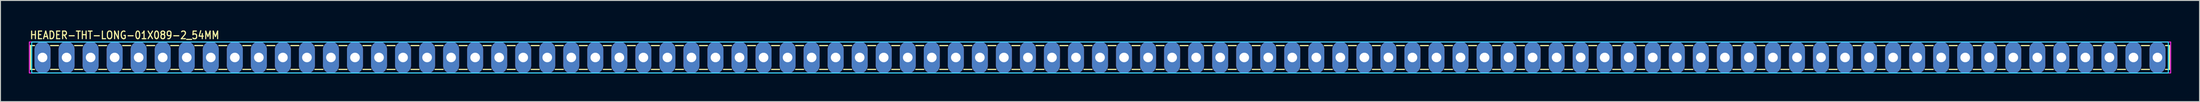
<source format=kicad_pcb>
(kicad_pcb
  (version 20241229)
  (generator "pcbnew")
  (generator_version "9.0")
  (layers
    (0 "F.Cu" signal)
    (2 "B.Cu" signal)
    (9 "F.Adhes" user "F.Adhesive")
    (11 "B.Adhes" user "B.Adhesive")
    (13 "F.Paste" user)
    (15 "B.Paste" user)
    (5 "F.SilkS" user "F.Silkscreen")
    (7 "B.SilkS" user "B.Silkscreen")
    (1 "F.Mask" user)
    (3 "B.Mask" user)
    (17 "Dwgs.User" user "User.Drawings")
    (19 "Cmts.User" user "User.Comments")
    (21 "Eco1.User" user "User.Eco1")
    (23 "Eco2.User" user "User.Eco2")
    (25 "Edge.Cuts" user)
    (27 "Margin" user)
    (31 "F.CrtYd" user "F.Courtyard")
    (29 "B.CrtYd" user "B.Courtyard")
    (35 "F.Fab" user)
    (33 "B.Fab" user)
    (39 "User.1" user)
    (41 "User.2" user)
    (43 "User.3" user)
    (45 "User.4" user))
  (footprint "HEADER-THT-LONG-01X089-2_54MM"
    (layer "F.Cu")
    (at 1.447 3.079)
    (property "Reference" "HEADER-THT-LONG-01X089-2_54MM" (at -1.4 -1.9 0) (unlocked yes) (layer "F.SilkS") (effects (font (size 0.813 0.695) (thickness 0.122)) (justify left bottom)))
    (fp_line (start -1.27 -1.27) (end -1.27 1.27) (stroke (width 0.127) (type solid)) (layer "F.SilkS"))
    (fp_line (start -1.27 1.27) (end -0.85 1.27) (stroke (width 0.127) (type solid)) (layer "F.SilkS"))
    (fp_line (start -0.85 -1.27) (end -1.27 -1.27) (stroke (width 0.127) (type solid)) (layer "F.SilkS"))
    (fp_line (start 0.85 -1.27) (end 1.69 -1.27) (stroke (width 0.127) (type solid)) (layer "F.SilkS"))
    (fp_line (start 0.85 1.27) (end 1.69 1.27) (stroke (width 0.127) (type solid)) (layer "F.SilkS"))
    (fp_line (start 3.39 -1.27) (end 4.23 -1.27) (stroke (width 0.127) (type solid)) (layer "F.SilkS"))
    (fp_line (start 3.39 1.27) (end 4.23 1.27) (stroke (width 0.127) (type solid)) (layer "F.SilkS"))
    (fp_line (start 5.93 -1.27) (end 6.77 -1.27) (stroke (width 0.127) (type solid)) (layer "F.SilkS"))
    (fp_line (start 5.93 1.27) (end 6.77 1.27) (stroke (width 0.127) (type solid)) (layer "F.SilkS"))
    (fp_line (start 8.47 -1.27) (end 9.31 -1.27) (stroke (width 0.127) (type solid)) (layer "F.SilkS"))
    (fp_line (start 8.47 1.27) (end 9.31 1.27) (stroke (width 0.127) (type solid)) (layer "F.SilkS"))
    (fp_line (start 11.01 -1.27) (end 11.85 -1.27) (stroke (width 0.127) (type solid)) (layer "F.SilkS"))
    (fp_line (start 11.01 1.27) (end 11.85 1.27) (stroke (width 0.127) (type solid)) (layer "F.SilkS"))
    (fp_line (start 13.55 -1.27) (end 14.39 -1.27) (stroke (width 0.127) (type solid)) (layer "F.SilkS"))
    (fp_line (start 13.55 1.27) (end 14.39 1.27) (stroke (width 0.127) (type solid)) (layer "F.SilkS"))
    (fp_line (start 16.09 -1.27) (end 16.93 -1.27) (stroke (width 0.127) (type solid)) (layer "F.SilkS"))
    (fp_line (start 16.09 1.27) (end 16.93 1.27) (stroke (width 0.127) (type solid)) (layer "F.SilkS"))
    (fp_line (start 18.63 -1.27) (end 19.47 -1.27) (stroke (width 0.127) (type solid)) (layer "F.SilkS"))
    (fp_line (start 18.63 1.27) (end 19.47 1.27) (stroke (width 0.127) (type solid)) (layer "F.SilkS"))
    (fp_line (start 21.17 -1.27) (end 22.01 -1.27) (stroke (width 0.127) (type solid)) (layer "F.SilkS"))
    (fp_line (start 21.17 1.27) (end 22.01 1.27) (stroke (width 0.127) (type solid)) (layer "F.SilkS"))
    (fp_line (start 23.71 -1.27) (end 24.55 -1.27) (stroke (width 0.127) (type solid)) (layer "F.SilkS"))
    (fp_line (start 23.71 1.27) (end 24.55 1.27) (stroke (width 0.127) (type solid)) (layer "F.SilkS"))
    (fp_line (start 26.25 -1.27) (end 27.09 -1.27) (stroke (width 0.127) (type solid)) (layer "F.SilkS"))
    (fp_line (start 26.25 1.27) (end 27.09 1.27) (stroke (width 0.127) (type solid)) (layer "F.SilkS"))
    (fp_line (start 28.79 -1.27) (end 29.63 -1.27) (stroke (width 0.127) (type solid)) (layer "F.SilkS"))
    (fp_line (start 28.79 1.27) (end 29.63 1.27) (stroke (width 0.127) (type solid)) (layer "F.SilkS"))
    (fp_line (start 31.33 -1.27) (end 32.17 -1.27) (stroke (width 0.127) (type solid)) (layer "F.SilkS"))
    (fp_line (start 31.33 1.27) (end 32.17 1.27) (stroke (width 0.127) (type solid)) (layer "F.SilkS"))
    (fp_line (start 33.87 -1.27) (end 34.71 -1.27) (stroke (width 0.127) (type solid)) (layer "F.SilkS"))
    (fp_line (start 33.87 1.27) (end 34.71 1.27) (stroke (width 0.127) (type solid)) (layer "F.SilkS"))
    (fp_line (start 36.41 -1.27) (end 37.25 -1.27) (stroke (width 0.127) (type solid)) (layer "F.SilkS"))
    (fp_line (start 36.41 1.27) (end 37.25 1.27) (stroke (width 0.127) (type solid)) (layer "F.SilkS"))
    (fp_line (start 38.95 -1.27) (end 39.79 -1.27) (stroke (width 0.127) (type solid)) (layer "F.SilkS"))
    (fp_line (start 38.95 1.27) (end 39.79 1.27) (stroke (width 0.127) (type solid)) (layer "F.SilkS"))
    (fp_line (start 41.49 -1.27) (end 42.33 -1.27) (stroke (width 0.127) (type solid)) (layer "F.SilkS"))
    (fp_line (start 41.49 1.27) (end 42.33 1.27) (stroke (width 0.127) (type solid)) (layer "F.SilkS"))
    (fp_line (start 44.03 -1.27) (end 44.87 -1.27) (stroke (width 0.127) (type solid)) (layer "F.SilkS"))
    (fp_line (start 44.03 1.27) (end 44.87 1.27) (stroke (width 0.127) (type solid)) (layer "F.SilkS"))
    (fp_line (start 46.57 -1.27) (end 47.41 -1.27) (stroke (width 0.127) (type solid)) (layer "F.SilkS"))
    (fp_line (start 46.57 1.27) (end 47.41 1.27) (stroke (width 0.127) (type solid)) (layer "F.SilkS"))
    (fp_line (start 49.11 -1.27) (end 49.95 -1.27) (stroke (width 0.127) (type solid)) (layer "F.SilkS"))
    (fp_line (start 49.11 1.27) (end 49.95 1.27) (stroke (width 0.127) (type solid)) (layer "F.SilkS"))
    (fp_line (start 51.65 -1.27) (end 52.49 -1.27) (stroke (width 0.127) (type solid)) (layer "F.SilkS"))
    (fp_line (start 51.65 1.27) (end 52.49 1.27) (stroke (width 0.127) (type solid)) (layer "F.SilkS"))
    (fp_line (start 54.19 -1.27) (end 55.03 -1.27) (stroke (width 0.127) (type solid)) (layer "F.SilkS"))
    (fp_line (start 54.19 1.27) (end 55.03 1.27) (stroke (width 0.127) (type solid)) (layer "F.SilkS"))
    (fp_line (start 56.73 -1.27) (end 57.57 -1.27) (stroke (width 0.127) (type solid)) (layer "F.SilkS"))
    (fp_line (start 56.73 1.27) (end 57.57 1.27) (stroke (width 0.127) (type solid)) (layer "F.SilkS"))
    (fp_line (start 59.27 -1.27) (end 60.11 -1.27) (stroke (width 0.127) (type solid)) (layer "F.SilkS"))
    (fp_line (start 59.27 1.27) (end 60.11 1.27) (stroke (width 0.127) (type solid)) (layer "F.SilkS"))
    (fp_line (start 61.81 -1.27) (end 62.65 -1.27) (stroke (width 0.127) (type solid)) (layer "F.SilkS"))
    (fp_line (start 61.81 1.27) (end 62.65 1.27) (stroke (width 0.127) (type solid)) (layer "F.SilkS"))
    (fp_line (start 64.35 -1.27) (end 65.19 -1.27) (stroke (width 0.127) (type solid)) (layer "F.SilkS"))
    (fp_line (start 64.35 1.27) (end 65.19 1.27) (stroke (width 0.127) (type solid)) (layer "F.SilkS"))
    (fp_line (start 66.89 -1.27) (end 67.73 -1.27) (stroke (width 0.127) (type solid)) (layer "F.SilkS"))
    (fp_line (start 66.89 1.27) (end 67.73 1.27) (stroke (width 0.127) (type solid)) (layer "F.SilkS"))
    (fp_line (start 69.43 -1.27) (end 70.27 -1.27) (stroke (width 0.127) (type solid)) (layer "F.SilkS"))
    (fp_line (start 69.43 1.27) (end 70.27 1.27) (stroke (width 0.127) (type solid)) (layer "F.SilkS"))
    (fp_line (start 71.97 -1.27) (end 72.81 -1.27) (stroke (width 0.127) (type solid)) (layer "F.SilkS"))
    (fp_line (start 71.97 1.27) (end 72.81 1.27) (stroke (width 0.127) (type solid)) (layer "F.SilkS"))
    (fp_line (start 74.51 -1.27) (end 75.35 -1.27) (stroke (width 0.127) (type solid)) (layer "F.SilkS"))
    (fp_line (start 74.51 1.27) (end 75.35 1.27) (stroke (width 0.127) (type solid)) (layer "F.SilkS"))
    (fp_line (start 77.05 -1.27) (end 77.89 -1.27) (stroke (width 0.127) (type solid)) (layer "F.SilkS"))
    (fp_line (start 77.05 1.27) (end 77.89 1.27) (stroke (width 0.127) (type solid)) (layer "F.SilkS"))
    (fp_line (start 79.59 -1.27) (end 80.43 -1.27) (stroke (width 0.127) (type solid)) (layer "F.SilkS"))
    (fp_line (start 79.59 1.27) (end 80.43 1.27) (stroke (width 0.127) (type solid)) (layer "F.SilkS"))
    (fp_line (start 82.13 -1.27) (end 82.97 -1.27) (stroke (width 0.127) (type solid)) (layer "F.SilkS"))
    (fp_line (start 82.13 1.27) (end 82.97 1.27) (stroke (width 0.127) (type solid)) (layer "F.SilkS"))
    (fp_line (start 84.67 -1.27) (end 85.51 -1.27) (stroke (width 0.127) (type solid)) (layer "F.SilkS"))
    (fp_line (start 84.67 1.27) (end 85.51 1.27) (stroke (width 0.127) (type solid)) (layer "F.SilkS"))
    (fp_line (start 87.21 -1.27) (end 88.05 -1.27) (stroke (width 0.127) (type solid)) (layer "F.SilkS"))
    (fp_line (start 87.21 1.27) (end 88.05 1.27) (stroke (width 0.127) (type solid)) (layer "F.SilkS"))
    (fp_line (start 89.75 -1.27) (end 90.59 -1.27) (stroke (width 0.127) (type solid)) (layer "F.SilkS"))
    (fp_line (start 89.75 1.27) (end 90.59 1.27) (stroke (width 0.127) (type solid)) (layer "F.SilkS"))
    (fp_line (start 92.29 -1.27) (end 93.13 -1.27) (stroke (width 0.127) (type solid)) (layer "F.SilkS"))
    (fp_line (start 92.29 1.27) (end 93.13 1.27) (stroke (width 0.127) (type solid)) (layer "F.SilkS"))
    (fp_line (start 94.83 -1.27) (end 95.67 -1.27) (stroke (width 0.127) (type solid)) (layer "F.SilkS"))
    (fp_line (start 94.83 1.27) (end 95.67 1.27) (stroke (width 0.127) (type solid)) (layer "F.SilkS"))
    (fp_line (start 97.37 -1.27) (end 98.21 -1.27) (stroke (width 0.127) (type solid)) (layer "F.SilkS"))
    (fp_line (start 97.37 1.27) (end 98.21 1.27) (stroke (width 0.127) (type solid)) (layer "F.SilkS"))
    (fp_line (start 99.91 -1.27) (end 100.75 -1.27) (stroke (width 0.127) (type solid)) (layer "F.SilkS"))
    (fp_line (start 99.91 1.27) (end 100.75 1.27) (stroke (width 0.127) (type solid)) (layer "F.SilkS"))
    (fp_line (start 102.45 -1.27) (end 103.29 -1.27) (stroke (width 0.127) (type solid)) (layer "F.SilkS"))
    (fp_line (start 102.45 1.27) (end 103.29 1.27) (stroke (width 0.127) (type solid)) (layer "F.SilkS"))
    (fp_line (start 104.99 -1.27) (end 105.83 -1.27) (stroke (width 0.127) (type solid)) (layer "F.SilkS"))
    (fp_line (start 104.99 1.27) (end 105.83 1.27) (stroke (width 0.127) (type solid)) (layer "F.SilkS"))
    (fp_line (start 107.53 -1.27) (end 108.37 -1.27) (stroke (width 0.127) (type solid)) (layer "F.SilkS"))
    (fp_line (start 107.53 1.27) (end 108.37 1.27) (stroke (width 0.127) (type solid)) (layer "F.SilkS"))
    (fp_line (start 110.07 -1.27) (end 110.91 -1.27) (stroke (width 0.127) (type solid)) (layer "F.SilkS"))
    (fp_line (start 110.07 1.27) (end 110.91 1.27) (stroke (width 0.127) (type solid)) (layer "F.SilkS"))
    (fp_line (start 112.61 -1.27) (end 113.45 -1.27) (stroke (width 0.127) (type solid)) (layer "F.SilkS"))
    (fp_line (start 112.61 1.27) (end 113.45 1.27) (stroke (width 0.127) (type solid)) (layer "F.SilkS"))
    (fp_line (start 115.15 -1.27) (end 115.99 -1.27) (stroke (width 0.127) (type solid)) (layer "F.SilkS"))
    (fp_line (start 115.15 1.27) (end 115.99 1.27) (stroke (width 0.127) (type solid)) (layer "F.SilkS"))
    (fp_line (start 117.69 -1.27) (end 118.53 -1.27) (stroke (width 0.127) (type solid)) (layer "F.SilkS"))
    (fp_line (start 117.69 1.27) (end 118.53 1.27) (stroke (width 0.127) (type solid)) (layer "F.SilkS"))
    (fp_line (start 120.23 -1.27) (end 121.07 -1.27) (stroke (width 0.127) (type solid)) (layer "F.SilkS"))
    (fp_line (start 120.23 1.27) (end 121.07 1.27) (stroke (width 0.127) (type solid)) (layer "F.SilkS"))
    (fp_line (start 122.77 -1.27) (end 123.61 -1.27) (stroke (width 0.127) (type solid)) (layer "F.SilkS"))
    (fp_line (start 122.77 1.27) (end 123.61 1.27) (stroke (width 0.127) (type solid)) (layer "F.SilkS"))
    (fp_line (start 125.31 -1.27) (end 126.15 -1.27) (stroke (width 0.127) (type solid)) (layer "F.SilkS"))
    (fp_line (start 125.31 1.27) (end 126.15 1.27) (stroke (width 0.127) (type solid)) (layer "F.SilkS"))
    (fp_line (start 127.85 -1.27) (end 128.69 -1.27) (stroke (width 0.127) (type solid)) (layer "F.SilkS"))
    (fp_line (start 127.85 1.27) (end 128.69 1.27) (stroke (width 0.127) (type solid)) (layer "F.SilkS"))
    (fp_line (start 130.39 -1.27) (end 131.23 -1.27) (stroke (width 0.127) (type solid)) (layer "F.SilkS"))
    (fp_line (start 130.39 1.27) (end 131.23 1.27) (stroke (width 0.127) (type solid)) (layer "F.SilkS"))
    (fp_line (start 132.93 -1.27) (end 133.77 -1.27) (stroke (width 0.127) (type solid)) (layer "F.SilkS"))
    (fp_line (start 132.93 1.27) (end 133.77 1.27) (stroke (width 0.127) (type solid)) (layer "F.SilkS"))
    (fp_line (start 135.47 -1.27) (end 136.31 -1.27) (stroke (width 0.127) (type solid)) (layer "F.SilkS"))
    (fp_line (start 135.47 1.27) (end 136.31 1.27) (stroke (width 0.127) (type solid)) (layer "F.SilkS"))
    (fp_line (start 138.01 -1.27) (end 138.85 -1.27) (stroke (width 0.127) (type solid)) (layer "F.SilkS"))
    (fp_line (start 138.01 1.27) (end 138.85 1.27) (stroke (width 0.127) (type solid)) (layer "F.SilkS"))
    (fp_line (start 140.55 -1.27) (end 141.39 -1.27) (stroke (width 0.127) (type solid)) (layer "F.SilkS"))
    (fp_line (start 140.55 1.27) (end 141.39 1.27) (stroke (width 0.127) (type solid)) (layer "F.SilkS"))
    (fp_line (start 143.09 -1.27) (end 143.93 -1.27) (stroke (width 0.127) (type solid)) (layer "F.SilkS"))
    (fp_line (start 143.09 1.27) (end 143.93 1.27) (stroke (width 0.127) (type solid)) (layer "F.SilkS"))
    (fp_line (start 145.63 -1.27) (end 146.47 -1.27) (stroke (width 0.127) (type solid)) (layer "F.SilkS"))
    (fp_line (start 145.63 1.27) (end 146.47 1.27) (stroke (width 0.127) (type solid)) (layer "F.SilkS"))
    (fp_line (start 148.17 -1.27) (end 149.01 -1.27) (stroke (width 0.127) (type solid)) (layer "F.SilkS"))
    (fp_line (start 148.17 1.27) (end 149.01 1.27) (stroke (width 0.127) (type solid)) (layer "F.SilkS"))
    (fp_line (start 150.71 -1.27) (end 151.55 -1.27) (stroke (width 0.127) (type solid)) (layer "F.SilkS"))
    (fp_line (start 150.71 1.27) (end 151.55 1.27) (stroke (width 0.127) (type solid)) (layer "F.SilkS"))
    (fp_line (start 153.25 -1.27) (end 154.09 -1.27) (stroke (width 0.127) (type solid)) (layer "F.SilkS"))
    (fp_line (start 153.25 1.27) (end 154.09 1.27) (stroke (width 0.127) (type solid)) (layer "F.SilkS"))
    (fp_line (start 155.79 -1.27) (end 156.63 -1.27) (stroke (width 0.127) (type solid)) (layer "F.SilkS"))
    (fp_line (start 155.79 1.27) (end 156.63 1.27) (stroke (width 0.127) (type solid)) (layer "F.SilkS"))
    (fp_line (start 158.33 -1.27) (end 159.17 -1.27) (stroke (width 0.127) (type solid)) (layer "F.SilkS"))
    (fp_line (start 158.33 1.27) (end 159.17 1.27) (stroke (width 0.127) (type solid)) (layer "F.SilkS"))
    (fp_line (start 160.87 -1.27) (end 161.71 -1.27) (stroke (width 0.127) (type solid)) (layer "F.SilkS"))
    (fp_line (start 160.87 1.27) (end 161.71 1.27) (stroke (width 0.127) (type solid)) (layer "F.SilkS"))
    (fp_line (start 163.41 -1.27) (end 164.25 -1.27) (stroke (width 0.127) (type solid)) (layer "F.SilkS"))
    (fp_line (start 163.41 1.27) (end 164.25 1.27) (stroke (width 0.127) (type solid)) (layer "F.SilkS"))
    (fp_line (start 165.95 -1.27) (end 166.79 -1.27) (stroke (width 0.127) (type solid)) (layer "F.SilkS"))
    (fp_line (start 165.95 1.27) (end 166.79 1.27) (stroke (width 0.127) (type solid)) (layer "F.SilkS"))
    (fp_line (start 168.49 -1.27) (end 169.33 -1.27) (stroke (width 0.127) (type solid)) (layer "F.SilkS"))
    (fp_line (start 168.49 1.27) (end 169.33 1.27) (stroke (width 0.127) (type solid)) (layer "F.SilkS"))
    (fp_line (start 171.03 -1.27) (end 171.87 -1.27) (stroke (width 0.127) (type solid)) (layer "F.SilkS"))
    (fp_line (start 171.03 1.27) (end 171.87 1.27) (stroke (width 0.127) (type solid)) (layer "F.SilkS"))
    (fp_line (start 173.57 -1.27) (end 174.41 -1.27) (stroke (width 0.127) (type solid)) (layer "F.SilkS"))
    (fp_line (start 173.57 1.27) (end 174.41 1.27) (stroke (width 0.127) (type solid)) (layer "F.SilkS"))
    (fp_line (start 176.11 -1.27) (end 176.95 -1.27) (stroke (width 0.127) (type solid)) (layer "F.SilkS"))
    (fp_line (start 176.11 1.27) (end 176.95 1.27) (stroke (width 0.127) (type solid)) (layer "F.SilkS"))
    (fp_line (start 178.65 -1.27) (end 179.49 -1.27) (stroke (width 0.127) (type solid)) (layer "F.SilkS"))
    (fp_line (start 178.65 1.27) (end 179.49 1.27) (stroke (width 0.127) (type solid)) (layer "F.SilkS"))
    (fp_line (start 181.19 -1.27) (end 182.03 -1.27) (stroke (width 0.127) (type solid)) (layer "F.SilkS"))
    (fp_line (start 181.19 1.27) (end 182.03 1.27) (stroke (width 0.127) (type solid)) (layer "F.SilkS"))
    (fp_line (start 183.73 -1.27) (end 184.57 -1.27) (stroke (width 0.127) (type solid)) (layer "F.SilkS"))
    (fp_line (start 183.73 1.27) (end 184.57 1.27) (stroke (width 0.127) (type solid)) (layer "F.SilkS"))
    (fp_line (start 186.27 -1.27) (end 187.11 -1.27) (stroke (width 0.127) (type solid)) (layer "F.SilkS"))
    (fp_line (start 186.27 1.27) (end 187.11 1.27) (stroke (width 0.127) (type solid)) (layer "F.SilkS"))
    (fp_line (start 188.81 -1.27) (end 189.65 -1.27) (stroke (width 0.127) (type solid)) (layer "F.SilkS"))
    (fp_line (start 188.81 1.27) (end 189.65 1.27) (stroke (width 0.127) (type solid)) (layer "F.SilkS"))
    (fp_line (start 191.35 -1.27) (end 192.19 -1.27) (stroke (width 0.127) (type solid)) (layer "F.SilkS"))
    (fp_line (start 191.35 1.27) (end 192.19 1.27) (stroke (width 0.127) (type solid)) (layer "F.SilkS"))
    (fp_line (start 193.89 -1.27) (end 194.73 -1.27) (stroke (width 0.127) (type solid)) (layer "F.SilkS"))
    (fp_line (start 193.89 1.27) (end 194.73 1.27) (stroke (width 0.127) (type solid)) (layer "F.SilkS"))
    (fp_line (start 196.43 -1.27) (end 197.27 -1.27) (stroke (width 0.127) (type solid)) (layer "F.SilkS"))
    (fp_line (start 196.43 1.27) (end 197.27 1.27) (stroke (width 0.127) (type solid)) (layer "F.SilkS"))
    (fp_line (start 198.97 -1.27) (end 199.81 -1.27) (stroke (width 0.127) (type solid)) (layer "F.SilkS"))
    (fp_line (start 198.97 1.27) (end 199.81 1.27) (stroke (width 0.127) (type solid)) (layer "F.SilkS"))
    (fp_line (start 201.51 -1.27) (end 202.35 -1.27) (stroke (width 0.127) (type solid)) (layer "F.SilkS"))
    (fp_line (start 201.51 1.27) (end 202.35 1.27) (stroke (width 0.127) (type solid)) (layer "F.SilkS"))
    (fp_line (start 204.05 -1.27) (end 204.89 -1.27) (stroke (width 0.127) (type solid)) (layer "F.SilkS"))
    (fp_line (start 204.05 1.27) (end 204.89 1.27) (stroke (width 0.127) (type solid)) (layer "F.SilkS"))
    (fp_line (start 206.59 -1.27) (end 207.43 -1.27) (stroke (width 0.127) (type solid)) (layer "F.SilkS"))
    (fp_line (start 206.59 1.27) (end 207.43 1.27) (stroke (width 0.127) (type solid)) (layer "F.SilkS"))
    (fp_line (start 209.13 -1.27) (end 209.97 -1.27) (stroke (width 0.127) (type solid)) (layer "F.SilkS"))
    (fp_line (start 209.13 1.27) (end 209.97 1.27) (stroke (width 0.127) (type solid)) (layer "F.SilkS"))
    (fp_line (start 211.67 -1.27) (end 212.51 -1.27) (stroke (width 0.127) (type solid)) (layer "F.SilkS"))
    (fp_line (start 211.67 1.27) (end 212.51 1.27) (stroke (width 0.127) (type solid)) (layer "F.SilkS"))
    (fp_line (start 214.21 -1.27) (end 215.05 -1.27) (stroke (width 0.127) (type solid)) (layer "F.SilkS"))
    (fp_line (start 214.21 1.27) (end 215.05 1.27) (stroke (width 0.127) (type solid)) (layer "F.SilkS"))
    (fp_line (start 216.75 -1.27) (end 217.59 -1.27) (stroke (width 0.127) (type solid)) (layer "F.SilkS"))
    (fp_line (start 216.75 1.27) (end 217.59 1.27) (stroke (width 0.127) (type solid)) (layer "F.SilkS"))
    (fp_line (start 219.29 -1.27) (end 220.13 -1.27) (stroke (width 0.127) (type solid)) (layer "F.SilkS"))
    (fp_line (start 219.29 1.27) (end 220.13 1.27) (stroke (width 0.127) (type solid)) (layer "F.SilkS"))
    (fp_line (start 221.83 -1.27) (end 222.67 -1.27) (stroke (width 0.127) (type solid)) (layer "F.SilkS"))
    (fp_line (start 221.83 1.27) (end 222.67 1.27) (stroke (width 0.127) (type solid)) (layer "F.SilkS"))
    (fp_line (start 224.37 -1.27) (end 224.79 -1.27) (stroke (width 0.127) (type solid)) (layer "F.SilkS"))
    (fp_line (start 224.79 -1.27) (end 224.79 1.27) (stroke (width 0.127) (type solid)) (layer "F.SilkS"))
    (fp_line (start 224.79 1.27) (end 224.37 1.27) (stroke (width 0.127) (type solid)) (layer "F.SilkS"))
    (fp_poly (pts (xy -1.143 -1.651) (xy 224.663 -1.651) (xy 224.663 1.651) (xy -1.143 1.651)) (stroke (width 0.1) (type solid)) (fill no) (layer "B.CrtYd"))
    (fp_poly (pts (xy -1.397 -1.651) (xy 224.917 -1.651) (xy 224.917 1.651) (xy -1.397 1.651)) (stroke (width 0.1) (type solid)) (fill no) (layer "F.CrtYd"))
    (pad "1" thru_hole oval (at 0 0 90) (size 3.387 1.693) (drill 1.016) (layers "*.Cu" "*.Mask"))
    (pad "2" thru_hole oval (at 2.54 0 90) (size 3.387 1.693) (drill 1.016) (layers "*.Cu" "*.Mask"))
    (pad "3" thru_hole oval (at 5.08 0 90) (size 3.387 1.693) (drill 1.016) (layers "*.Cu" "*.Mask"))
    (pad "4" thru_hole oval (at 7.62 0 90) (size 3.387 1.693) (drill 1.016) (layers "*.Cu" "*.Mask"))
    (pad "5" thru_hole oval (at 10.16 0 90) (size 3.387 1.693) (drill 1.016) (layers "*.Cu" "*.Mask"))
    (pad "6" thru_hole oval (at 12.7 0 90) (size 3.387 1.693) (drill 1.016) (layers "*.Cu" "*.Mask"))
    (pad "7" thru_hole oval (at 15.24 0 90) (size 3.387 1.693) (drill 1.016) (layers "*.Cu" "*.Mask"))
    (pad "8" thru_hole oval (at 17.78 0 90) (size 3.387 1.693) (drill 1.016) (layers "*.Cu" "*.Mask"))
    (pad "9" thru_hole oval (at 20.32 0 90) (size 3.387 1.693) (drill 1.016) (layers "*.Cu" "*.Mask"))
    (pad "10" thru_hole oval (at 22.86 0 90) (size 3.387 1.693) (drill 1.016) (layers "*.Cu" "*.Mask"))
    (pad "11" thru_hole oval (at 25.4 0 90) (size 3.387 1.693) (drill 1.016) (layers "*.Cu" "*.Mask"))
    (pad "12" thru_hole oval (at 27.94 0 90) (size 3.387 1.693) (drill 1.016) (layers "*.Cu" "*.Mask"))
    (pad "13" thru_hole oval (at 30.48 0 90) (size 3.387 1.693) (drill 1.016) (layers "*.Cu" "*.Mask"))
    (pad "14" thru_hole oval (at 33.02 0 90) (size 3.387 1.693) (drill 1.016) (layers "*.Cu" "*.Mask"))
    (pad "15" thru_hole oval (at 35.56 0 90) (size 3.387 1.693) (drill 1.016) (layers "*.Cu" "*.Mask"))
    (pad "16" thru_hole oval (at 38.1 0 90) (size 3.387 1.693) (drill 1.016) (layers "*.Cu" "*.Mask"))
    (pad "17" thru_hole oval (at 40.64 0 90) (size 3.387 1.693) (drill 1.016) (layers "*.Cu" "*.Mask"))
    (pad "18" thru_hole oval (at 43.18 0 90) (size 3.387 1.693) (drill 1.016) (layers "*.Cu" "*.Mask"))
    (pad "19" thru_hole oval (at 45.72 0 90) (size 3.387 1.693) (drill 1.016) (layers "*.Cu" "*.Mask"))
    (pad "20" thru_hole oval (at 48.26 0 90) (size 3.387 1.693) (drill 1.016) (layers "*.Cu" "*.Mask"))
    (pad "21" thru_hole oval (at 50.8 0 90) (size 3.387 1.693) (drill 1.016) (layers "*.Cu" "*.Mask"))
    (pad "22" thru_hole oval (at 53.34 0 90) (size 3.387 1.693) (drill 1.016) (layers "*.Cu" "*.Mask"))
    (pad "23" thru_hole oval (at 55.88 0 90) (size 3.387 1.693) (drill 1.016) (layers "*.Cu" "*.Mask"))
    (pad "24" thru_hole oval (at 58.42 0 90) (size 3.387 1.693) (drill 1.016) (layers "*.Cu" "*.Mask"))
    (pad "25" thru_hole oval (at 60.96 0 90) (size 3.387 1.693) (drill 1.016) (layers "*.Cu" "*.Mask"))
    (pad "26" thru_hole oval (at 63.5 0 90) (size 3.387 1.693) (drill 1.016) (layers "*.Cu" "*.Mask"))
    (pad "27" thru_hole oval (at 66.04 0 90) (size 3.387 1.693) (drill 1.016) (layers "*.Cu" "*.Mask"))
    (pad "28" thru_hole oval (at 68.58 0 90) (size 3.387 1.693) (drill 1.016) (layers "*.Cu" "*.Mask"))
    (pad "29" thru_hole oval (at 71.12 0 90) (size 3.387 1.693) (drill 1.016) (layers "*.Cu" "*.Mask"))
    (pad "30" thru_hole oval (at 73.66 0 90) (size 3.387 1.693) (drill 1.016) (layers "*.Cu" "*.Mask"))
    (pad "31" thru_hole oval (at 76.2 0 90) (size 3.387 1.693) (drill 1.016) (layers "*.Cu" "*.Mask"))
    (pad "32" thru_hole oval (at 78.74 0 90) (size 3.387 1.693) (drill 1.016) (layers "*.Cu" "*.Mask"))
    (pad "33" thru_hole oval (at 81.28 0 90) (size 3.387 1.693) (drill 1.016) (layers "*.Cu" "*.Mask"))
    (pad "34" thru_hole oval (at 83.82 0 90) (size 3.387 1.693) (drill 1.016) (layers "*.Cu" "*.Mask"))
    (pad "35" thru_hole oval (at 86.36 0 90) (size 3.387 1.693) (drill 1.016) (layers "*.Cu" "*.Mask"))
    (pad "36" thru_hole oval (at 88.9 0 90) (size 3.387 1.693) (drill 1.016) (layers "*.Cu" "*.Mask"))
    (pad "37" thru_hole oval (at 91.44 0 90) (size 3.387 1.693) (drill 1.016) (layers "*.Cu" "*.Mask"))
    (pad "38" thru_hole oval (at 93.98 0 90) (size 3.387 1.693) (drill 1.016) (layers "*.Cu" "*.Mask"))
    (pad "39" thru_hole oval (at 96.52 0 90) (size 3.387 1.693) (drill 1.016) (layers "*.Cu" "*.Mask"))
    (pad "40" thru_hole oval (at 99.06 0 90) (size 3.387 1.693) (drill 1.016) (layers "*.Cu" "*.Mask"))
    (pad "41" thru_hole oval (at 101.6 0 90) (size 3.387 1.693) (drill 1.016) (layers "*.Cu" "*.Mask"))
    (pad "42" thru_hole oval (at 104.14 0 90) (size 3.387 1.693) (drill 1.016) (layers "*.Cu" "*.Mask"))
    (pad "43" thru_hole oval (at 106.68 0 90) (size 3.387 1.693) (drill 1.016) (layers "*.Cu" "*.Mask"))
    (pad "44" thru_hole oval (at 109.22 0 90) (size 3.387 1.693) (drill 1.016) (layers "*.Cu" "*.Mask"))
    (pad "45" thru_hole oval (at 111.76 0 90) (size 3.387 1.693) (drill 1.016) (layers "*.Cu" "*.Mask"))
    (pad "46" thru_hole oval (at 114.3 0 90) (size 3.387 1.693) (drill 1.016) (layers "*.Cu" "*.Mask"))
    (pad "47" thru_hole oval (at 116.84 0 90) (size 3.387 1.693) (drill 1.016) (layers "*.Cu" "*.Mask"))
    (pad "48" thru_hole oval (at 119.38 0 90) (size 3.387 1.693) (drill 1.016) (layers "*.Cu" "*.Mask"))
    (pad "49" thru_hole oval (at 121.92 0 90) (size 3.387 1.693) (drill 1.016) (layers "*.Cu" "*.Mask"))
    (pad "50" thru_hole oval (at 124.46 0 90) (size 3.387 1.693) (drill 1.016) (layers "*.Cu" "*.Mask"))
    (pad "51" thru_hole oval (at 127 0 90) (size 3.387 1.693) (drill 1.016) (layers "*.Cu" "*.Mask"))
    (pad "52" thru_hole oval (at 129.54 0 90) (size 3.387 1.693) (drill 1.016) (layers "*.Cu" "*.Mask"))
    (pad "53" thru_hole oval (at 132.08 0 90) (size 3.387 1.693) (drill 1.016) (layers "*.Cu" "*.Mask"))
    (pad "54" thru_hole oval (at 134.62 0 90) (size 3.387 1.693) (drill 1.016) (layers "*.Cu" "*.Mask"))
    (pad "55" thru_hole oval (at 137.16 0 90) (size 3.387 1.693) (drill 1.016) (layers "*.Cu" "*.Mask"))
    (pad "56" thru_hole oval (at 139.7 0 90) (size 3.387 1.693) (drill 1.016) (layers "*.Cu" "*.Mask"))
    (pad "57" thru_hole oval (at 142.24 0 90) (size 3.387 1.693) (drill 1.016) (layers "*.Cu" "*.Mask"))
    (pad "58" thru_hole oval (at 144.78 0 90) (size 3.387 1.693) (drill 1.016) (layers "*.Cu" "*.Mask"))
    (pad "59" thru_hole oval (at 147.32 0 90) (size 3.387 1.693) (drill 1.016) (layers "*.Cu" "*.Mask"))
    (pad "60" thru_hole oval (at 149.86 0 90) (size 3.387 1.693) (drill 1.016) (layers "*.Cu" "*.Mask"))
    (pad "61" thru_hole oval (at 152.4 0 90) (size 3.387 1.693) (drill 1.016) (layers "*.Cu" "*.Mask"))
    (pad "62" thru_hole oval (at 154.94 0 90) (size 3.387 1.693) (drill 1.016) (layers "*.Cu" "*.Mask"))
    (pad "63" thru_hole oval (at 157.48 0 90) (size 3.387 1.693) (drill 1.016) (layers "*.Cu" "*.Mask"))
    (pad "64" thru_hole oval (at 160.02 0 90) (size 3.387 1.693) (drill 1.016) (layers "*.Cu" "*.Mask"))
    (pad "65" thru_hole oval (at 162.56 0 90) (size 3.387 1.693) (drill 1.016) (layers "*.Cu" "*.Mask"))
    (pad "66" thru_hole oval (at 165.1 0 90) (size 3.387 1.693) (drill 1.016) (layers "*.Cu" "*.Mask"))
    (pad "67" thru_hole oval (at 167.64 0 90) (size 3.387 1.693) (drill 1.016) (layers "*.Cu" "*.Mask"))
    (pad "68" thru_hole oval (at 170.18 0 90) (size 3.387 1.693) (drill 1.016) (layers "*.Cu" "*.Mask"))
    (pad "69" thru_hole oval (at 172.72 0 90) (size 3.387 1.693) (drill 1.016) (layers "*.Cu" "*.Mask"))
    (pad "70" thru_hole oval (at 175.26 0 90) (size 3.387 1.693) (drill 1.016) (layers "*.Cu" "*.Mask"))
    (pad "71" thru_hole oval (at 177.8 0 90) (size 3.387 1.693) (drill 1.016) (layers "*.Cu" "*.Mask"))
    (pad "72" thru_hole oval (at 180.34 0 90) (size 3.387 1.693) (drill 1.016) (layers "*.Cu" "*.Mask"))
    (pad "73" thru_hole oval (at 182.88 0 90) (size 3.387 1.693) (drill 1.016) (layers "*.Cu" "*.Mask"))
    (pad "74" thru_hole oval (at 185.42 0 90) (size 3.387 1.693) (drill 1.016) (layers "*.Cu" "*.Mask"))
    (pad "75" thru_hole oval (at 187.96 0 90) (size 3.387 1.693) (drill 1.016) (layers "*.Cu" "*.Mask"))
    (pad "76" thru_hole oval (at 190.5 0 90) (size 3.387 1.693) (drill 1.016) (layers "*.Cu" "*.Mask"))
    (pad "77" thru_hole oval (at 193.04 0 90) (size 3.387 1.693) (drill 1.016) (layers "*.Cu" "*.Mask"))
    (pad "78" thru_hole oval (at 195.58 0 90) (size 3.387 1.693) (drill 1.016) (layers "*.Cu" "*.Mask"))
    (pad "79" thru_hole oval (at 198.12 0 90) (size 3.387 1.693) (drill 1.016) (layers "*.Cu" "*.Mask"))
    (pad "80" thru_hole oval (at 200.66 0 90) (size 3.387 1.693) (drill 1.016) (layers "*.Cu" "*.Mask"))
    (pad "81" thru_hole oval (at 203.2 0 90) (size 3.387 1.693) (drill 1.016) (layers "*.Cu" "*.Mask"))
    (pad "82" thru_hole oval (at 205.74 0 90) (size 3.387 1.693) (drill 1.016) (layers "*.Cu" "*.Mask"))
    (pad "83" thru_hole oval (at 208.28 0 90) (size 3.387 1.693) (drill 1.016) (layers "*.Cu" "*.Mask"))
    (pad "84" thru_hole oval (at 210.82 0 90) (size 3.387 1.693) (drill 1.016) (layers "*.Cu" "*.Mask"))
    (pad "85" thru_hole oval (at 213.36 0 90) (size 3.387 1.693) (drill 1.016) (layers "*.Cu" "*.Mask"))
    (pad "86" thru_hole oval (at 215.9 0 90) (size 3.387 1.693) (drill 1.016) (layers "*.Cu" "*.Mask"))
    (pad "87" thru_hole oval (at 218.44 0 90) (size 3.387 1.693) (drill 1.016) (layers "*.Cu" "*.Mask"))
    (pad "88" thru_hole oval (at 220.98 0 90) (size 3.387 1.693) (drill 1.016) (layers "*.Cu" "*.Mask"))
    (pad "89" thru_hole oval (at 223.52 0 90) (size 3.387 1.693) (drill 1.016) (layers "*.Cu" "*.Mask")))
  (gr_rect
    (start -3 -3)
    (end 229.414 7.78)
    (stroke (width 0.1) (type default))
    (fill no)
    (layer "Edge.Cuts")))
</source>
